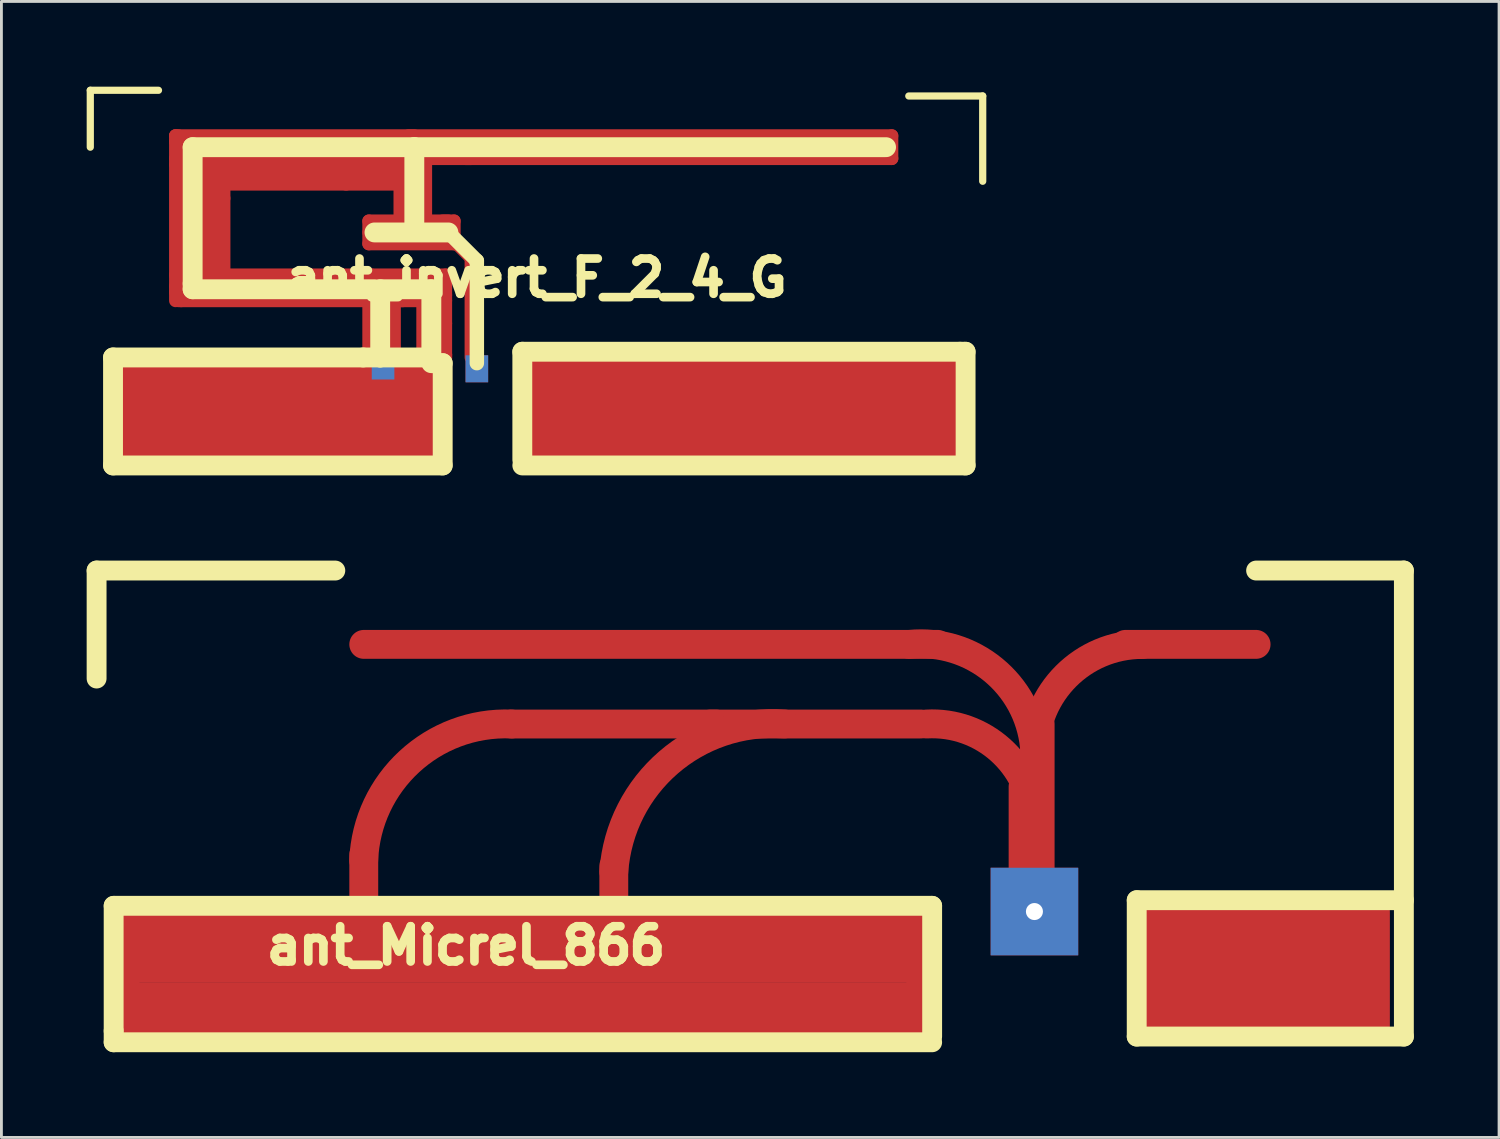
<source format=kicad_pcb>
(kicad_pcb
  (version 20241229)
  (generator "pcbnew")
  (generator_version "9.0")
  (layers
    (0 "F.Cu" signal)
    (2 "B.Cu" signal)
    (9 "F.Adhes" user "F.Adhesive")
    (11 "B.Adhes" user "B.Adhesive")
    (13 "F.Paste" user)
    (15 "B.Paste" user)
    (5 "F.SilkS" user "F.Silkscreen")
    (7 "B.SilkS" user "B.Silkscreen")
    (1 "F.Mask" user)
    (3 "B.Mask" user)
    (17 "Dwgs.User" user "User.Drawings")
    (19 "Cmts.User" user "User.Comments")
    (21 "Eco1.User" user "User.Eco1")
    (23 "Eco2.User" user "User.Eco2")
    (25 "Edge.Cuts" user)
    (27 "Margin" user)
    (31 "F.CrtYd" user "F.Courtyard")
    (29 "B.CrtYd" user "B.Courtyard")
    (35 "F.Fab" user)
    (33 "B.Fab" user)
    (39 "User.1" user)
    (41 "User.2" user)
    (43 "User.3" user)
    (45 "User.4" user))
  (footprint "ant_invert_F_2_4_G"
    (layer "F.Cu")
    (at 13.528 9.528)
    (property "Reference" "ant_invert_F_2_4_G" (at 2.301 -2.799 0) (layer "F.SilkS") (effects (font (size 1.24 1.24) (thickness 0.305))))
    (attr through_hole)
    (fp_line (start -12.601 -0.099) (end -0.899 -0.099) (stroke (width 0.46) (type solid)) (layer "F.Cu"))
    (fp_line (start -12.601 3.701) (end -12.601 -0.099) (stroke (width 0.46) (type solid)) (layer "F.Cu"))
    (fp_line (start -10.399 -7.8) (end -10.399 -6.8) (stroke (width 0.46) (type solid)) (layer "F.Cu"))
    (fp_line (start -10.399 -7.8) (end -1.999 -7.8) (stroke (width 0.46) (type solid)) (layer "F.Cu"))
    (fp_line (start -10.399 -2.499) (end -3.8 -2.499) (stroke (width 0.46) (type solid)) (layer "F.Cu"))
    (fp_line (start -10.399 -2.301) (end -3.701 -2.301) (stroke (width 0.46) (type solid)) (layer "F.Cu"))
    (fp_line (start -10.399 -1.999) (end -10.399 -6.8) (stroke (width 0.46) (type solid)) (layer "F.Cu"))
    (fp_line (start -10.3 -7.8) (end -10.399 -7.8) (stroke (width 0.46) (type solid)) (layer "F.Cu"))
    (fp_line (start -10.3 -7.3) (end 14.699 -7.3) (stroke (width 0.46) (type solid)) (layer "F.Cu"))
    (fp_line (start -10.201 -1.999) (end -10.3 -1.999) (stroke (width 0.46) (type solid)) (layer "F.Cu"))
    (fp_line (start -10.099 -7) (end -10.099 -3) (stroke (width 0.46) (type solid)) (layer "F.Cu"))
    (fp_line (start -9.799 -7) (end -9.799 -2.799) (stroke (width 0.46) (type solid)) (layer "F.Cu"))
    (fp_line (start -9.401 -7) (end -9.401 -2.7) (stroke (width 0.46) (type solid)) (layer "F.Cu"))
    (fp_line (start -9.101 -2.499) (end -9.101 -7) (stroke (width 0.46) (type solid)) (layer "F.Cu"))
    (fp_line (start -8.999 -6.599) (end -2.601 -6.599) (stroke (width 0.46) (type solid)) (layer "F.Cu"))
    (fp_line (start -8.9 -6.401) (end -2.7 -6.401) (stroke (width 0.46) (type solid)) (layer "F.Cu"))
    (fp_line (start -8.7 -7) (end -8.7 -5.601) (stroke (width 0.46) (type solid)) (layer "F.Cu"))
    (fp_line (start -8.7 -5.601) (end -8.7 -2.901) (stroke (width 0.46) (type solid)) (layer "F.Cu"))
    (fp_line (start -4.399 -6.101) (end -10.3 -6.101) (stroke (width 0.46) (type solid)) (layer "F.Cu"))
    (fp_line (start -3.599 -4.801) (end -0.8 -4.801) (stroke (width 0.46) (type solid)) (layer "F.Cu"))
    (fp_line (start -3.599 -4.399) (end -0.8 -4.399) (stroke (width 0.46) (type solid)) (layer "F.Cu"))
    (fp_line (start -3.599 -4) (end -3.599 -4.801) (stroke (width 0.46) (type solid)) (layer "F.Cu"))
    (fp_line (start -3.599 -2.901) (end -3.599 0) (stroke (width 0.46) (type solid)) (layer "F.Cu"))
    (fp_line (start -3.599 -2.499) (end -0.899 -2.499) (stroke (width 0.46) (type solid)) (layer "F.Cu"))
    (fp_line (start -3.599 -1.999) (end -0.899 -1.999) (stroke (width 0.46) (type solid)) (layer "F.Cu"))
    (fp_line (start -3.599 0) (end -2.799 0) (stroke (width 0.46) (type solid)) (layer "F.Cu"))
    (fp_line (start -3.5 -2.901) (end -10.399 -2.901) (stroke (width 0.46) (type solid)) (layer "F.Cu"))
    (fp_line (start -3.299 -2.101) (end -3.299 0) (stroke (width 0.46) (type solid)) (layer "F.Cu"))
    (fp_line (start -3 -1.9) (end -3 0) (stroke (width 0.46) (type solid)) (layer "F.Cu"))
    (fp_line (start -2.703 0) (end -2.703 -1.999) (stroke (width 0.46) (type solid)) (layer "F.Cu"))
    (fp_line (start -2.7 -6.101) (end -4.399 -6.101) (stroke (width 0.46) (type solid)) (layer "F.Cu"))
    (fp_line (start -2.502 -7) (end -2.502 -4.801) (stroke (width 0.46) (type solid)) (layer "F.Cu"))
    (fp_line (start -2.4 -1.999) (end -10.201 -1.999) (stroke (width 0.46) (type solid)) (layer "F.Cu"))
    (fp_line (start -2.2 -6.901) (end -2.2 -5.1) (stroke (width 0.46) (type solid)) (layer "F.Cu"))
    (fp_line (start -2.2 -5.1) (end -2.2 -4.9) (stroke (width 0.46) (type solid)) (layer "F.Cu"))
    (fp_line (start -1.9 -6.901) (end -1.9 -5.001) (stroke (width 0.46) (type solid)) (layer "F.Cu"))
    (fp_line (start -1.699 -1.999) (end -1.699 0) (stroke (width 0.46) (type solid)) (layer "F.Cu"))
    (fp_line (start -1.699 0) (end -1.001 0) (stroke (width 0.46) (type solid)) (layer "F.Cu"))
    (fp_line (start -1.603 -7.003) (end -1.402 -7.003) (stroke (width 0.46) (type solid)) (layer "F.Cu"))
    (fp_line (start -1.603 -4.699) (end -1.603 -7) (stroke (width 0.46) (type solid)) (layer "F.Cu"))
    (fp_line (start -1.501 -7) (end -10.399 -7) (stroke (width 0.46) (type solid)) (layer "F.Cu"))
    (fp_line (start -1.501 -1.9) (end -1.501 0) (stroke (width 0.46) (type solid)) (layer "F.Cu"))
    (fp_line (start -1.4 -7) (end 0 -7) (stroke (width 0.46) (type solid)) (layer "F.Cu"))
    (fp_line (start -1.3 0.599) (end -12.301 0.599) (stroke (width 1.016) (type solid)) (layer "F.Cu"))
    (fp_line (start -1.199 -1.9) (end -1.199 0) (stroke (width 0.46) (type solid)) (layer "F.Cu"))
    (fp_line (start -1.199 1.501) (end -12.301 1.501) (stroke (width 1.016) (type solid)) (layer "F.Cu"))
    (fp_line (start -1.199 2.4) (end -12.301 2.4) (stroke (width 1.016) (type solid)) (layer "F.Cu"))
    (fp_line (start -1.199 3.2) (end -12.2 3.2) (stroke (width 1.016) (type solid)) (layer "F.Cu"))
    (fp_line (start -0.899 -2.901) (end -3.599 -2.901) (stroke (width 0.46) (type solid)) (layer "F.Cu"))
    (fp_line (start -0.899 -2.901) (end -0.899 -1.199) (stroke (width 0.46) (type solid)) (layer "F.Cu"))
    (fp_line (start -0.899 -2.2) (end -3.5 -2.2) (stroke (width 0.46) (type solid)) (layer "F.Cu"))
    (fp_line (start -0.899 -1.199) (end -0.899 0) (stroke (width 0.46) (type solid)) (layer "F.Cu"))
    (fp_line (start -0.899 -0.099) (end -0.899 3.701) (stroke (width 0.46) (type solid)) (layer "F.Cu"))
    (fp_line (start -0.899 3.701) (end -12.601 3.701) (stroke (width 0.46) (type solid)) (layer "F.Cu"))
    (fp_line (start -0.599 -4.801) (end -1.001 -4.801) (stroke (width 0.46) (type solid)) (layer "F.Cu"))
    (fp_line (start -0.599 -4) (end -3.599 -4) (stroke (width 0.46) (type solid)) (layer "F.Cu"))
    (fp_line (start -0.599 -4) (end -0.599 -4.801) (stroke (width 0.46) (type solid)) (layer "F.Cu"))
    (fp_line (start -0.198 -7) (end 14.803 -7) (stroke (width 0.46) (type solid)) (layer "F.Cu"))
    (fp_line (start 0 -3.5) (end -0.5 -4) (stroke (width 0.46) (type solid)) (layer "F.Cu"))
    (fp_line (start 0 0) (end 0 -3.5) (stroke (width 0.46) (type solid)) (layer "F.Cu"))
    (fp_line (start 1.999 -0.099) (end 1.999 3.8) (stroke (width 0.46) (type solid)) (layer "F.Cu"))
    (fp_line (start 2.103 3.8) (end 17.302 3.8) (stroke (width 0.46) (type solid)) (layer "F.Cu"))
    (fp_line (start 2.299 3.099) (end 17 3.099) (stroke (width 1.016) (type solid)) (layer "F.Cu"))
    (fp_line (start 2.301 0.399) (end 17 0.399) (stroke (width 1.016) (type solid)) (layer "F.Cu"))
    (fp_line (start 14.699 -7.6) (end -10.399 -7.6) (stroke (width 0.46) (type solid)) (layer "F.Cu"))
    (fp_line (start 14.801 -7.8) (end -2.2 -7.8) (stroke (width 0.46) (type solid)) (layer "F.Cu"))
    (fp_line (start 14.801 -7.8) (end 14.801 -7) (stroke (width 0.46) (type solid)) (layer "F.Cu"))
    (fp_line (start 16.701 3.099) (end 16.8 3.099) (stroke (width 1.016) (type solid)) (layer "F.Cu"))
    (fp_line (start 17 2.202) (end 2.301 2.202) (stroke (width 1.016) (type solid)) (layer "F.Cu"))
    (fp_line (start 17.099 1.3) (end 2.301 1.3) (stroke (width 1.016) (type solid)) (layer "F.Cu"))
    (fp_line (start 17.201 -0.099) (end 2.002 -0.099) (stroke (width 0.46) (type solid)) (layer "F.Cu"))
    (fp_line (start 17.396 3.698) (end 17.396 -0.102) (stroke (width 0.46) (type solid)) (layer "F.Cu"))
    (fp_line (start -13.401 -9.401) (end -11.001 -9.401) (stroke (width 0.254) (type solid)) (layer "F.SilkS"))
    (fp_line (start -13.401 -7.399) (end -13.401 -9.401) (stroke (width 0.254) (type solid)) (layer "F.SilkS"))
    (fp_line (start -12.601 0) (end -3.8 0) (stroke (width 0.699) (type solid)) (layer "F.SilkS"))
    (fp_line (start -12.601 3.8) (end -12.601 0) (stroke (width 0.699) (type solid)) (layer "F.SilkS"))
    (fp_line (start -9.799 -7.399) (end -9.799 -2.601) (stroke (width 0.699) (type solid)) (layer "F.SilkS"))
    (fp_line (start -9.799 -2.601) (end -9.799 -2.4) (stroke (width 0.699) (type solid)) (layer "F.SilkS"))
    (fp_line (start -9.799 -2.4) (end -3.401 -2.4) (stroke (width 0.699) (type solid)) (layer "F.SilkS"))
    (fp_line (start -3.8 0) (end -3.2 0) (stroke (width 0.699) (type solid)) (layer "F.SilkS"))
    (fp_line (start -3.2 -2.4) (end -1.4 -2.4) (stroke (width 0.699) (type solid)) (layer "F.SilkS"))
    (fp_line (start -3.2 0) (end -3.2 -2.4) (stroke (width 0.699) (type solid)) (layer "F.SilkS"))
    (fp_line (start -1.999 -7.399) (end -9.799 -7.399) (stroke (width 0.699) (type solid)) (layer "F.SilkS"))
    (fp_line (start -1.999 -7.399) (end 14.6 -7.399) (stroke (width 0.699) (type solid)) (layer "F.SilkS"))
    (fp_line (start -1.999 -7.201) (end -1.999 -7.399) (stroke (width 0.699) (type solid)) (layer "F.SilkS"))
    (fp_line (start -1.999 -4.6) (end -1.999 -7.201) (stroke (width 0.699) (type solid)) (layer "F.SilkS"))
    (fp_line (start -1.4 -2.4) (end -1.4 0) (stroke (width 0.699) (type solid)) (layer "F.SilkS"))
    (fp_line (start -1.4 0) (end -3.2 0) (stroke (width 0.699) (type solid)) (layer "F.SilkS"))
    (fp_line (start -1.4 0.201) (end -1.001 0.201) (stroke (width 0.699) (type solid)) (layer "F.SilkS"))
    (fp_line (start -1.001 0.201) (end -1.001 3.8) (stroke (width 0.699) (type solid)) (layer "F.SilkS"))
    (fp_line (start -1.001 3.8) (end -12.601 3.8) (stroke (width 0.699) (type solid)) (layer "F.SilkS"))
    (fp_line (start -0.8 -4.399) (end -3.401 -4.399) (stroke (width 0.699) (type solid)) (layer "F.SilkS"))
    (fp_line (start 0.201 -3.401) (end -0.8 -4.399) (stroke (width 0.508) (type solid)) (layer "F.SilkS"))
    (fp_line (start 0.201 0.201) (end 0.201 -3.401) (stroke (width 0.508) (type solid)) (layer "F.SilkS"))
    (fp_line (start 1.801 -0.201) (end 17.201 -0.201) (stroke (width 0.699) (type solid)) (layer "F.SilkS"))
    (fp_line (start 1.801 3.599) (end 1.801 -0.201) (stroke (width 0.699) (type solid)) (layer "F.SilkS"))
    (fp_line (start 1.801 3.8) (end 17.399 3.8) (stroke (width 0.699) (type solid)) (layer "F.SilkS"))
    (fp_line (start 15.4 -9.2) (end 18.001 -9.2) (stroke (width 0.254) (type solid)) (layer "F.SilkS"))
    (fp_line (start 17.201 -0.201) (end 17.399 -0.201) (stroke (width 0.699) (type solid)) (layer "F.SilkS"))
    (fp_line (start 17.399 -0.201) (end 17.399 3.8) (stroke (width 0.699) (type solid)) (layer "F.SilkS"))
    (fp_line (start 18.001 -9.2) (end 18.001 -6.2) (stroke (width 0.254) (type solid)) (layer "F.SilkS"))
    (pad "1" smd rect (at 0.201 0.399) (size 0.795 0.95) (layers "*.Cu" "*.Paste" "F.Mask"))
    (pad "2" smd rect (at -3.099 0.3) (size 0.795 0.95) (layers "*.Cu" "F.Mask" "F.Paste")))
  (footprint "ant_Micrel_866"
    (layer "F.Cu")
    (at 33.349 29.025)
    (property "Reference" "ant_Micrel_866" (at -20 1.199 0) (layer "F.SilkS") (effects (font (size 1.24 1.24) (thickness 0.305))))
    (attr through_hole)
    (fp_line (start -31.999 0.003) (end -4 0.003) (stroke (width 1.016) (type solid)) (layer "F.Cu"))
    (fp_line (start -31.999 1.003) (end -4 1.003) (stroke (width 1.016) (type solid)) (layer "F.Cu"))
    (fp_line (start -31.999 2.002) (end -4 2.002) (stroke (width 1.016) (type solid)) (layer "F.Cu"))
    (fp_line (start -31.999 3.005) (end -4 3.005) (stroke (width 1.016) (type solid)) (layer "F.Cu"))
    (fp_line (start -31.999 4.003) (end -31.999 0.003) (stroke (width 1.016) (type solid)) (layer "F.Cu"))
    (fp_line (start -31.999 4.003) (end -4 4.003) (stroke (width 1.016) (type solid)) (layer "F.Cu"))
    (fp_line (start -23.599 -9.401) (end -3.401 -9.401) (stroke (width 1.016) (type solid)) (layer "F.Cu"))
    (fp_line (start -23.599 -1.999) (end -23.599 0.201) (stroke (width 1.016) (type solid)) (layer "F.Cu"))
    (fp_line (start -18.4 -6.599) (end -11.199 -6.599) (stroke (width 1.016) (type solid)) (layer "F.Cu"))
    (fp_line (start -14.801 -1.6) (end -14.801 0.599) (stroke (width 1.016) (type solid)) (layer "F.Cu"))
    (fp_line (start -4 -6.599) (end -11.4 -6.599) (stroke (width 1.016) (type solid)) (layer "F.Cu"))
    (fp_line (start -4 0.003) (end -4 4.003) (stroke (width 1.016) (type solid)) (layer "F.Cu"))
    (fp_line (start -0.399 -4.399) (end -0.399 -0.998) (stroke (width 1.016) (type solid)) (layer "F.Cu"))
    (fp_line (start 0 -4.801) (end 0 -5.4) (stroke (width 1.016) (type solid)) (layer "F.Cu"))
    (fp_line (start 0 -0.998) (end 0 -4.999) (stroke (width 1.016) (type solid)) (layer "F.Cu"))
    (fp_line (start 0.201 -6.599) (end 0.201 -0.8) (stroke (width 1.016) (type solid)) (layer "F.Cu"))
    (fp_line (start 3.2 -9.401) (end 7.8 -9.401) (stroke (width 1.016) (type solid)) (layer "F.Cu"))
    (fp_line (start 4 -0.201) (end 11.999 -0.201) (stroke (width 1.016) (type solid)) (layer "F.Cu"))
    (fp_line (start 4 0.599) (end 11.801 0.599) (stroke (width 1.016) (type solid)) (layer "F.Cu"))
    (fp_line (start 4 2.2) (end 11.6 2.2) (stroke (width 1.016) (type solid)) (layer "F.Cu"))
    (fp_line (start 4 3.2) (end 11.6 3.2) (stroke (width 1.016) (type solid)) (layer "F.Cu"))
    (fp_line (start 4 4.003) (end 4 0.003) (stroke (width 1.016) (type solid)) (layer "F.Cu"))
    (fp_line (start 4.201 1.4) (end 11.801 1.4) (stroke (width 1.016) (type solid)) (layer "F.Cu"))
    (fp_line (start 11.6 2.2) (end 11.6 3) (stroke (width 1.016) (type solid)) (layer "F.Cu"))
    (fp_line (start 11.6 3) (end 4.201 3) (stroke (width 1.016) (type solid)) (layer "F.Cu"))
    (fp_line (start 11.6 3.2) (end 11.6 4) (stroke (width 1.016) (type solid)) (layer "F.Cu"))
    (fp_line (start 11.6 4) (end 4.201 4) (stroke (width 1.016) (type solid)) (layer "F.Cu"))
    (fp_line (start 11.999 0.005) (end 11.999 4.006) (stroke (width 1.016) (type solid)) (layer "F.Cu"))
    (fp_arc (start -23.60168 -1.79832) (mid -21.994957 -5.275973) (end -18.39976 -6.59892) (stroke (width 1.016) (type solid)) (layer "F.Cu"))
    (fp_arc (start -14.80058 -1.40208) (mid -12.876397 -5.244829) (end -8.79856 -6.60146) (stroke (width 1.016) (type solid)) (layer "F.Cu"))
    (fp_arc (start -4.39928 -9.40054) (mid -1.453699 -8.510801) (end 0 -5.79882) (stroke (width 1.016) (type solid)) (layer "F.Cu"))
    (fp_arc (start -3.79984 -6.59892) (mid -1.196063 -5.686633) (end 0 -3.2004) (stroke (width 1.016) (type solid)) (layer "F.Cu"))
    (fp_arc (start 0 -5.59816) (mid 1.112947 -8.285053) (end 3.79984 -9.398) (stroke (width 1.016) (type solid)) (layer "F.Cu"))
    (fp_line (start -33 -11.999) (end -24.6 -11.999) (stroke (width 0.699) (type solid)) (layer "F.SilkS"))
    (fp_line (start -33 -8.199) (end -33 -11.999) (stroke (width 0.699) (type solid)) (layer "F.SilkS"))
    (fp_line (start -32.4 -0.201) (end -32.4 4.201) (stroke (width 0.699) (type solid)) (layer "F.SilkS"))
    (fp_line (start -32.4 4.201) (end -32.4 4.6) (stroke (width 0.699) (type solid)) (layer "F.SilkS"))
    (fp_line (start -32.4 4.6) (end -3.599 4.6) (stroke (width 0.699) (type solid)) (layer "F.SilkS"))
    (fp_line (start -3.599 -0.201) (end -32.4 -0.201) (stroke (width 0.699) (type solid)) (layer "F.SilkS"))
    (fp_line (start -3.599 4.399) (end -3.599 -0.201) (stroke (width 0.699) (type solid)) (layer "F.SilkS"))
    (fp_line (start 3.599 -0.399) (end 13 -0.399) (stroke (width 0.699) (type solid)) (layer "F.SilkS"))
    (fp_line (start 3.599 4.399) (end 3.599 -0.399) (stroke (width 0.699) (type solid)) (layer "F.SilkS"))
    (fp_line (start 7.8 -11.999) (end 13 -11.999) (stroke (width 0.699) (type solid)) (layer "F.SilkS"))
    (fp_line (start 13 -11.999) (end 13 4.399) (stroke (width 0.699) (type solid)) (layer "F.SilkS"))
    (fp_line (start 13 4.399) (end 3.599 4.399) (stroke (width 0.699) (type solid)) (layer "F.SilkS"))
    (pad "1" thru_hole rect (at 0 0) (size 3.081 3.081) (drill 0.599) (layers "*.Cu")))
  (gr_rect
    (start -3 -3)
    (end 49.698 36.974)
    (stroke (width 0.1) (type default))
    (fill no)
    (layer "Edge.Cuts")))
</source>
